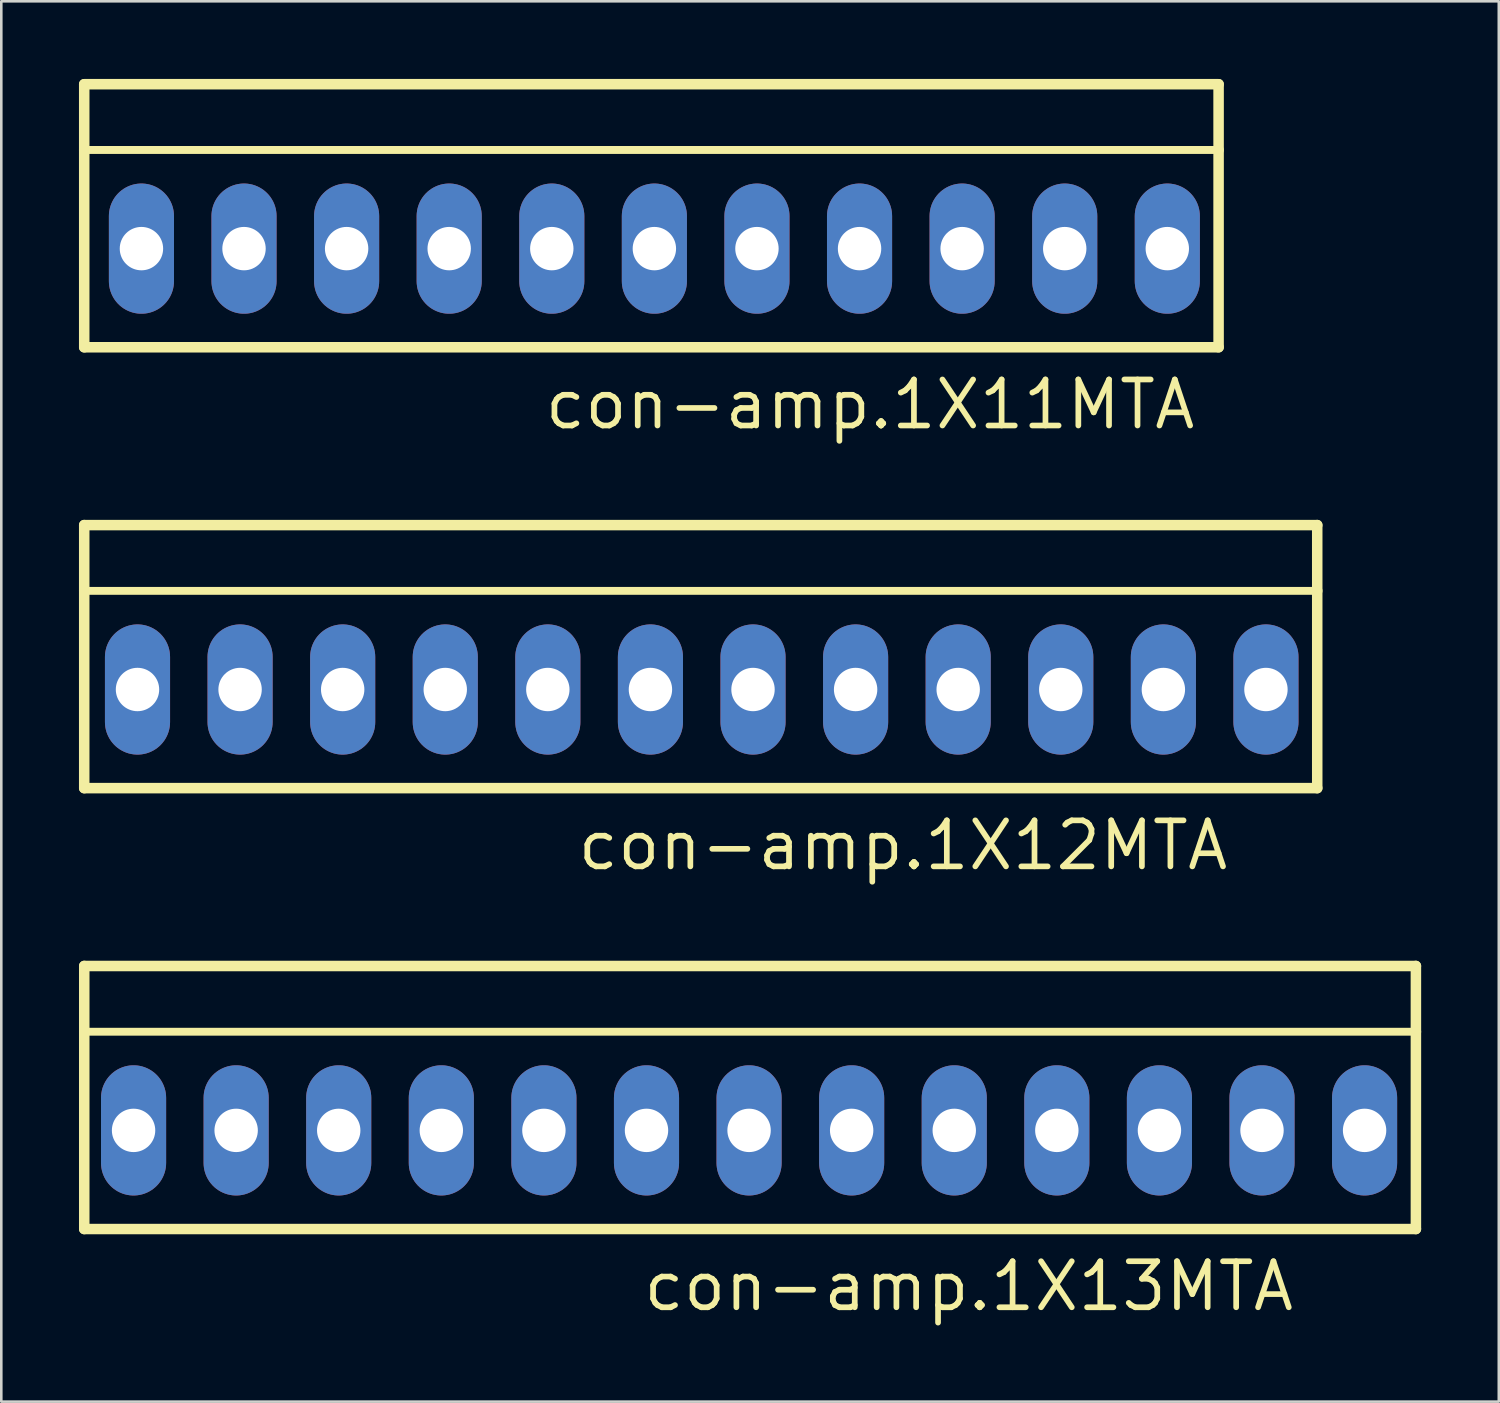
<source format=kicad_pcb>
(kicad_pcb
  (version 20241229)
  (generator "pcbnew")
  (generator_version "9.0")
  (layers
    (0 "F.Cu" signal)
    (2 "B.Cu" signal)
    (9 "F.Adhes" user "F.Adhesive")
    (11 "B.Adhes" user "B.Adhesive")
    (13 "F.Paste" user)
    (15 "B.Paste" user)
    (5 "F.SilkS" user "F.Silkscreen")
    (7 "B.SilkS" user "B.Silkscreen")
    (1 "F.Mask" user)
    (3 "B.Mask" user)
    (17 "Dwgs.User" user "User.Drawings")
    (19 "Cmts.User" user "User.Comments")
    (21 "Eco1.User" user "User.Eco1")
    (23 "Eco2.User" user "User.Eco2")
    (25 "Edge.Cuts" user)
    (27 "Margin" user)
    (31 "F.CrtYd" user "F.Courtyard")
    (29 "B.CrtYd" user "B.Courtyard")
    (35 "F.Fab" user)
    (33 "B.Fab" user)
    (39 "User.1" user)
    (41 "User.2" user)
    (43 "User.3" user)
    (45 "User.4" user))
  (footprint "con-amp.1X12MTA"
    (layer "F.Cu")
    (at 24.054 23.582)
    (property "Reference" "con-amp.1X12MTA" (at -4.902 7.061 0) (layer "F.SilkS") (effects (font (size 1.778 1.778) (thickness 0.22)) (justify left bottom)))
    (attr through_hole)
    (fp_line (start -23.851 -6.35) (end 23.774 -6.35) (stroke (width 0.406) (type default)) (layer "F.SilkS"))
    (fp_line (start -23.851 -3.81) (end -23.851 -6.35) (stroke (width 0.406) (type default)) (layer "F.SilkS"))
    (fp_line (start -23.851 -3.81) (end 23.774 -3.81) (stroke (width 0.305) (type default)) (layer "F.SilkS"))
    (fp_line (start -23.851 3.81) (end -23.851 -3.81) (stroke (width 0.406) (type default)) (layer "F.SilkS"))
    (fp_line (start -23.851 3.81) (end 23.774 3.81) (stroke (width 0.406) (type default)) (layer "F.SilkS"))
    (fp_line (start 23.774 -6.35) (end 23.774 -3.81) (stroke (width 0.406) (type default)) (layer "F.SilkS"))
    (fp_line (start 23.774 -3.81) (end 23.774 3.81) (stroke (width 0.406) (type default)) (layer "F.SilkS"))
    (fp_rect (start -22.301 0.508) (end -21.285 -0.508) (stroke (width 0.05) (type default)) (fill yes) (layer "F.SilkS"))
    (fp_rect (start -18.339 0.508) (end -17.323 -0.508) (stroke (width 0.05) (type default)) (fill yes) (layer "F.SilkS"))
    (fp_rect (start -14.376 0.508) (end -13.36 -0.508) (stroke (width 0.05) (type default)) (fill yes) (layer "F.SilkS"))
    (fp_rect (start -10.414 0.508) (end -9.398 -0.508) (stroke (width 0.05) (type default)) (fill yes) (layer "F.SilkS"))
    (fp_rect (start -6.452 0.508) (end -5.436 -0.508) (stroke (width 0.05) (type default)) (fill yes) (layer "F.SilkS"))
    (fp_rect (start -2.489 0.508) (end -1.473 -0.508) (stroke (width 0.05) (type default)) (fill yes) (layer "F.SilkS"))
    (fp_rect (start 1.473 0.508) (end 2.489 -0.508) (stroke (width 0.05) (type default)) (fill yes) (layer "F.SilkS"))
    (fp_rect (start 5.436 0.508) (end 6.452 -0.508) (stroke (width 0.05) (type default)) (fill yes) (layer "F.SilkS"))
    (fp_rect (start 9.398 0.508) (end 10.414 -0.508) (stroke (width 0.05) (type default)) (fill yes) (layer "F.SilkS"))
    (fp_rect (start 13.36 0.508) (end 14.376 -0.508) (stroke (width 0.05) (type default)) (fill yes) (layer "F.SilkS"))
    (fp_rect (start 17.323 0.508) (end 18.339 -0.508) (stroke (width 0.05) (type default)) (fill yes) (layer "F.SilkS"))
    (fp_rect (start 21.285 0.508) (end 22.301 -0.508) (stroke (width 0.05) (type default)) (fill yes) (layer "F.SilkS"))
    (pad "1" thru_hole oval (at 21.793 0 90) (size 5.029 2.515) (drill 1.676) (layers "*.Cu" "*.Mask"))
    (pad "2" thru_hole oval (at 17.831 0 90) (size 5.029 2.515) (drill 1.676) (layers "*.Cu" "*.Mask"))
    (pad "3" thru_hole oval (at 13.868 0 90) (size 5.029 2.515) (drill 1.676) (layers "*.Cu" "*.Mask"))
    (pad "4" thru_hole oval (at 9.906 0 90) (size 5.029 2.515) (drill 1.676) (layers "*.Cu" "*.Mask"))
    (pad "5" thru_hole oval (at 5.944 0 90) (size 5.029 2.515) (drill 1.676) (layers "*.Cu" "*.Mask"))
    (pad "6" thru_hole oval (at 1.981 0 90) (size 5.029 2.515) (drill 1.676) (layers "*.Cu" "*.Mask"))
    (pad "7" thru_hole oval (at -1.981 0 90) (size 5.029 2.515) (drill 1.676) (layers "*.Cu" "*.Mask"))
    (pad "8" thru_hole oval (at -5.944 0 90) (size 5.029 2.515) (drill 1.676) (layers "*.Cu" "*.Mask"))
    (pad "9" thru_hole oval (at -9.906 0 90) (size 5.029 2.515) (drill 1.676) (layers "*.Cu" "*.Mask"))
    (pad "10" thru_hole oval (at -13.868 0 90) (size 5.029 2.515) (drill 1.676) (layers "*.Cu" "*.Mask"))
    (pad "11" thru_hole oval (at -17.831 0 90) (size 5.029 2.515) (drill 1.676) (layers "*.Cu" "*.Mask"))
    (pad "12" thru_hole oval (at -21.793 0 90) (size 5.029 2.515) (drill 1.676) (layers "*.Cu" "*.Mask")))
  (footprint "con-amp.1X11MTA"
    (layer "F.Cu")
    (at 22.225 6.553)
    (property "Reference" "con-amp.1X11MTA" (at -4.343 7.061 0) (layer "F.SilkS") (effects (font (size 1.778 1.778) (thickness 0.22)) (justify left bottom)))
    (attr through_hole)
    (fp_line (start -22.022 -6.35) (end 21.793 -6.35) (stroke (width 0.406) (type default)) (layer "F.SilkS"))
    (fp_line (start -22.022 -3.81) (end -22.022 -6.35) (stroke (width 0.406) (type default)) (layer "F.SilkS"))
    (fp_line (start -22.022 -3.81) (end 21.793 -3.81) (stroke (width 0.305) (type default)) (layer "F.SilkS"))
    (fp_line (start -22.022 3.81) (end -22.022 -3.81) (stroke (width 0.406) (type default)) (layer "F.SilkS"))
    (fp_line (start -22.022 3.81) (end 21.793 3.81) (stroke (width 0.406) (type default)) (layer "F.SilkS"))
    (fp_line (start 21.793 -6.35) (end 21.793 -3.81) (stroke (width 0.406) (type default)) (layer "F.SilkS"))
    (fp_line (start 21.793 -3.81) (end 21.793 3.81) (stroke (width 0.406) (type default)) (layer "F.SilkS"))
    (fp_rect (start -20.32 0.508) (end -19.304 -0.508) (stroke (width 0.05) (type default)) (fill yes) (layer "F.SilkS"))
    (fp_rect (start -16.358 0.508) (end -15.342 -0.508) (stroke (width 0.05) (type default)) (fill yes) (layer "F.SilkS"))
    (fp_rect (start -16.358 0.508) (end -15.342 -0.508) (stroke (width 0.05) (type default)) (fill yes) (layer "F.SilkS"))
    (fp_rect (start -12.395 0.508) (end -11.379 -0.508) (stroke (width 0.05) (type default)) (fill yes) (layer "F.SilkS"))
    (fp_rect (start -8.433 0.508) (end -7.417 -0.508) (stroke (width 0.05) (type default)) (fill yes) (layer "F.SilkS"))
    (fp_rect (start -4.47 0.508) (end -3.454 -0.508) (stroke (width 0.05) (type default)) (fill yes) (layer "F.SilkS"))
    (fp_rect (start -0.508 0.508) (end 0.508 -0.508) (stroke (width 0.05) (type default)) (fill yes) (layer "F.SilkS"))
    (fp_rect (start 3.454 0.508) (end 4.47 -0.508) (stroke (width 0.05) (type default)) (fill yes) (layer "F.SilkS"))
    (fp_rect (start 7.417 0.508) (end 8.433 -0.508) (stroke (width 0.05) (type default)) (fill yes) (layer "F.SilkS"))
    (fp_rect (start 11.379 0.508) (end 12.395 -0.508) (stroke (width 0.05) (type default)) (fill yes) (layer "F.SilkS"))
    (fp_rect (start 15.342 0.508) (end 16.358 -0.508) (stroke (width 0.05) (type default)) (fill yes) (layer "F.SilkS"))
    (fp_rect (start 19.304 0.508) (end 20.32 -0.508) (stroke (width 0.05) (type default)) (fill yes) (layer "F.SilkS"))
    (pad "1" thru_hole oval (at 19.812 0 90) (size 5.029 2.515) (drill 1.676) (layers "*.Cu" "*.Mask"))
    (pad "2" thru_hole oval (at 15.85 0 90) (size 5.029 2.515) (drill 1.676) (layers "*.Cu" "*.Mask"))
    (pad "3" thru_hole oval (at 11.887 0 90) (size 5.029 2.515) (drill 1.676) (layers "*.Cu" "*.Mask"))
    (pad "4" thru_hole oval (at 7.925 0 90) (size 5.029 2.515) (drill 1.676) (layers "*.Cu" "*.Mask"))
    (pad "5" thru_hole oval (at 3.962 0 90) (size 5.029 2.515) (drill 1.676) (layers "*.Cu" "*.Mask"))
    (pad "6" thru_hole oval (at 0 0 90) (size 5.029 2.515) (drill 1.676) (layers "*.Cu" "*.Mask"))
    (pad "7" thru_hole oval (at -3.962 0 90) (size 5.029 2.515) (drill 1.676) (layers "*.Cu" "*.Mask"))
    (pad "8" thru_hole oval (at -7.925 0 90) (size 5.029 2.515) (drill 1.676) (layers "*.Cu" "*.Mask"))
    (pad "9" thru_hole oval (at -11.887 0 90) (size 5.029 2.515) (drill 1.676) (layers "*.Cu" "*.Mask"))
    (pad "10" thru_hole oval (at -15.85 0 90) (size 5.029 2.515) (drill 1.676) (layers "*.Cu" "*.Mask"))
    (pad "11" thru_hole oval (at -19.812 0 90) (size 5.029 2.515) (drill 1.676) (layers "*.Cu" "*.Mask")))
  (footprint "con-amp.1X13MTA"
    (layer "F.Cu")
    (at 25.883 40.611)
    (property "Reference" "con-amp.1X13MTA" (at -4.191 7.061 0) (layer "F.SilkS") (effects (font (size 1.778 1.778) (thickness 0.22)) (justify left bottom)))
    (attr through_hole)
    (fp_line (start -25.679 -6.35) (end 25.756 -6.35) (stroke (width 0.406) (type default)) (layer "F.SilkS"))
    (fp_line (start -25.679 -3.81) (end -25.679 -6.35) (stroke (width 0.406) (type default)) (layer "F.SilkS"))
    (fp_line (start -25.679 -3.81) (end 25.756 -3.81) (stroke (width 0.305) (type default)) (layer "F.SilkS"))
    (fp_line (start -25.679 3.81) (end -25.679 -3.81) (stroke (width 0.406) (type default)) (layer "F.SilkS"))
    (fp_line (start -25.679 3.81) (end 25.756 3.81) (stroke (width 0.406) (type default)) (layer "F.SilkS"))
    (fp_line (start 25.756 -6.35) (end 25.756 -3.81) (stroke (width 0.406) (type default)) (layer "F.SilkS"))
    (fp_line (start 25.756 -3.81) (end 25.756 3.81) (stroke (width 0.406) (type default)) (layer "F.SilkS"))
    (fp_rect (start -24.282 0.508) (end -23.266 -0.508) (stroke (width 0.05) (type default)) (fill yes) (layer "F.SilkS"))
    (fp_rect (start -20.32 0.508) (end -19.304 -0.508) (stroke (width 0.05) (type default)) (fill yes) (layer "F.SilkS"))
    (fp_rect (start -16.358 0.508) (end -15.342 -0.508) (stroke (width 0.05) (type default)) (fill yes) (layer "F.SilkS"))
    (fp_rect (start -12.395 0.508) (end -11.379 -0.508) (stroke (width 0.05) (type default)) (fill yes) (layer "F.SilkS"))
    (fp_rect (start -8.433 0.508) (end -7.417 -0.508) (stroke (width 0.05) (type default)) (fill yes) (layer "F.SilkS"))
    (fp_rect (start -4.47 0.508) (end -3.454 -0.508) (stroke (width 0.05) (type default)) (fill yes) (layer "F.SilkS"))
    (fp_rect (start -0.508 0.508) (end 0.508 -0.508) (stroke (width 0.05) (type default)) (fill yes) (layer "F.SilkS"))
    (fp_rect (start 3.454 0.508) (end 4.47 -0.508) (stroke (width 0.05) (type default)) (fill yes) (layer "F.SilkS"))
    (fp_rect (start 7.417 0.508) (end 8.433 -0.508) (stroke (width 0.05) (type default)) (fill yes) (layer "F.SilkS"))
    (fp_rect (start 11.379 0.508) (end 12.395 -0.508) (stroke (width 0.05) (type default)) (fill yes) (layer "F.SilkS"))
    (fp_rect (start 15.342 0.508) (end 16.358 -0.508) (stroke (width 0.05) (type default)) (fill yes) (layer "F.SilkS"))
    (fp_rect (start 19.304 0.508) (end 20.32 -0.508) (stroke (width 0.05) (type default)) (fill yes) (layer "F.SilkS"))
    (fp_rect (start 23.266 0.508) (end 24.282 -0.508) (stroke (width 0.05) (type default)) (fill yes) (layer "F.SilkS"))
    (pad "1" thru_hole oval (at 23.774 0 90) (size 5.029 2.515) (drill 1.676) (layers "*.Cu" "*.Mask"))
    (pad "2" thru_hole oval (at 19.812 0 90) (size 5.029 2.515) (drill 1.676) (layers "*.Cu" "*.Mask"))
    (pad "3" thru_hole oval (at 15.85 0 90) (size 5.029 2.515) (drill 1.676) (layers "*.Cu" "*.Mask"))
    (pad "4" thru_hole oval (at 11.887 0 90) (size 5.029 2.515) (drill 1.676) (layers "*.Cu" "*.Mask"))
    (pad "5" thru_hole oval (at 7.925 0 90) (size 5.029 2.515) (drill 1.676) (layers "*.Cu" "*.Mask"))
    (pad "6" thru_hole oval (at 3.962 0 90) (size 5.029 2.515) (drill 1.676) (layers "*.Cu" "*.Mask"))
    (pad "7" thru_hole oval (at 0 0 90) (size 5.029 2.515) (drill 1.676) (layers "*.Cu" "*.Mask"))
    (pad "8" thru_hole oval (at -3.962 0 90) (size 5.029 2.515) (drill 1.676) (layers "*.Cu" "*.Mask"))
    (pad "9" thru_hole oval (at -7.925 0 90) (size 5.029 2.515) (drill 1.676) (layers "*.Cu" "*.Mask"))
    (pad "10" thru_hole oval (at -11.887 0 90) (size 5.029 2.515) (drill 1.676) (layers "*.Cu" "*.Mask"))
    (pad "11" thru_hole oval (at -15.85 0 90) (size 5.029 2.515) (drill 1.676) (layers "*.Cu" "*.Mask"))
    (pad "12" thru_hole oval (at -19.812 0 90) (size 5.029 2.515) (drill 1.676) (layers "*.Cu" "*.Mask"))
    (pad "13" thru_hole oval (at -23.774 0 90) (size 5.029 2.515) (drill 1.676) (layers "*.Cu" "*.Mask")))
  (gr_rect
    (start -3 -3)
    (end 54.841 51.087)
    (stroke (width 0.1) (type default))
    (fill no)
    (layer "Edge.Cuts")))
</source>
